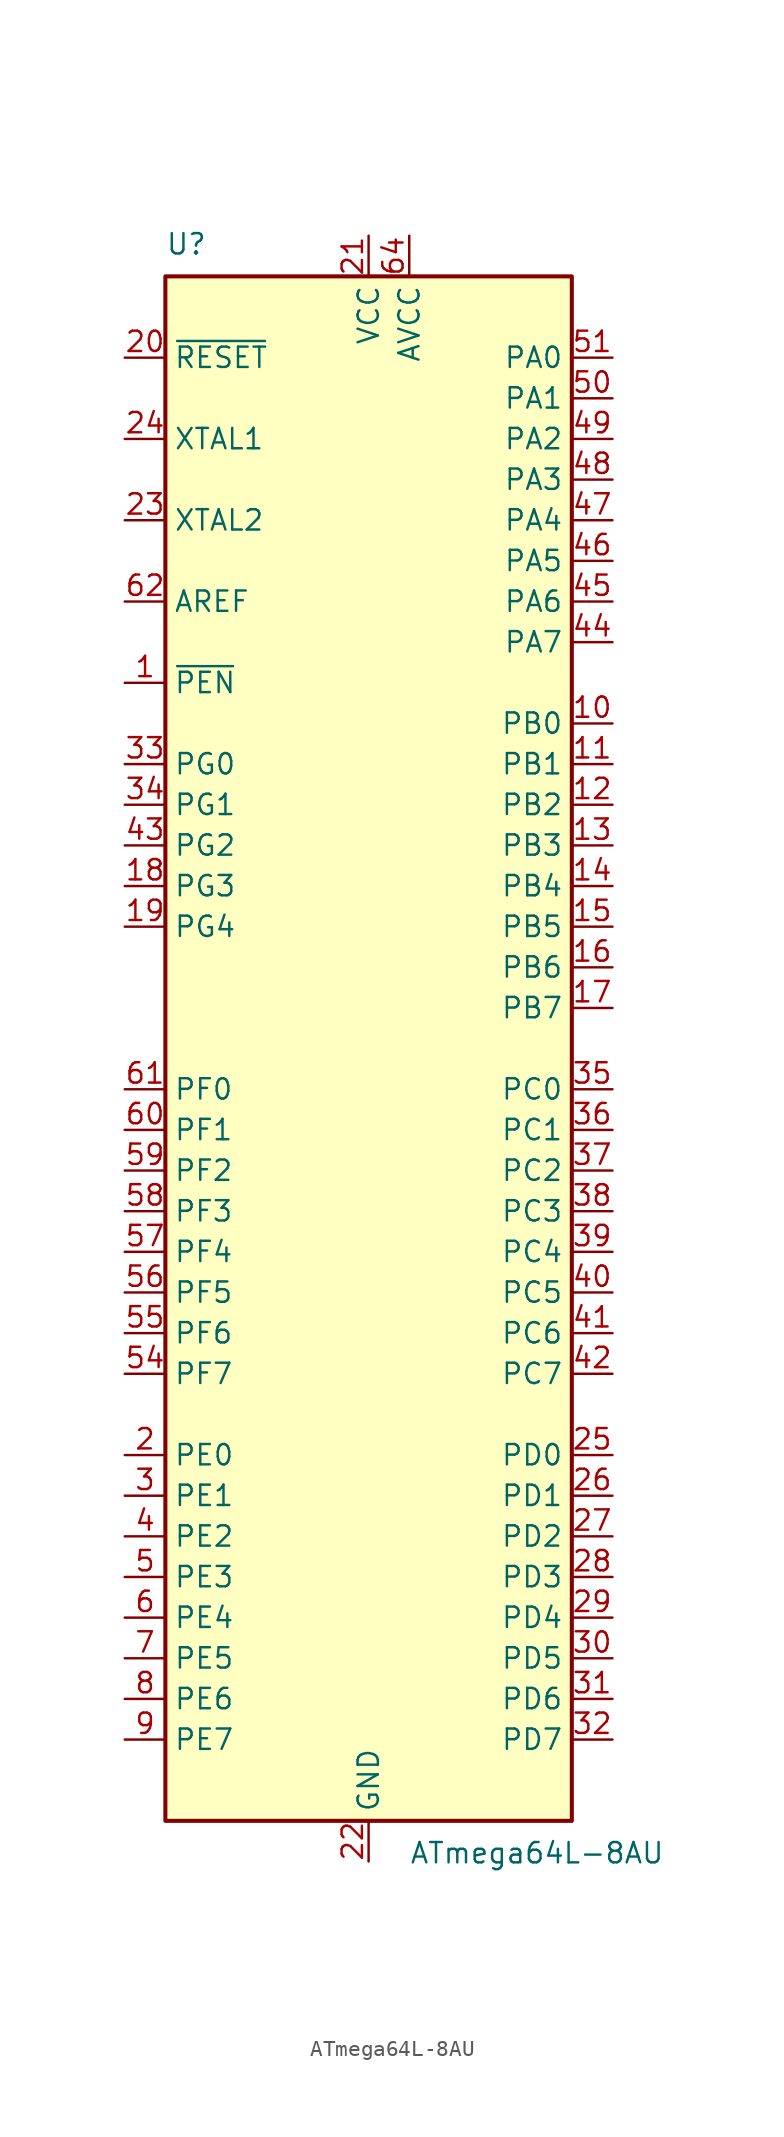
<source format=kicad_sym>
(kicad_symbol_lib
  (version 20211014)
  (generator kicad_symbol_editor)
  (symbol "ATmega64L-8AU"
    (property "Reference" "U"
      (at -12.7 49.53 0)
      (effects (font (size 1.27 1.27)) (justify left bottom)))
    (property "Value" "ATmega64L-8AU"
      (at 2.54 -49.53 0)
      (effects (font (size 1.27 1.27)) (justify left top)))
    (symbol "ATmega64L-8AU_0_1"
      (rectangle (start -12.7 -48.26) (end 12.7 48.26) (stroke (width 0.254) (type default) (color 0 0 0 0)) (fill (type background))))
    (symbol "ATmega64L-8AU_1_1"
      (pin input line (at -15.24 22.86 0) (length 2.54) (name "~{PEN}" (effects (font (size 1.27 1.27)))) (number "1" (effects (font (size 1.27 1.27)))))
      (pin bidirectional line (at 15.24 20.32 180) (length 2.54) (name "PB0" (effects (font (size 1.27 1.27)))) (number "10" (effects (font (size 1.27 1.27)))))
      (pin bidirectional line (at 15.24 17.78 180) (length 2.54) (name "PB1" (effects (font (size 1.27 1.27)))) (number "11" (effects (font (size 1.27 1.27)))))
      (pin bidirectional line (at 15.24 15.24 180) (length 2.54) (name "PB2" (effects (font (size 1.27 1.27)))) (number "12" (effects (font (size 1.27 1.27)))))
      (pin bidirectional line (at 15.24 12.7 180) (length 2.54) (name "PB3" (effects (font (size 1.27 1.27)))) (number "13" (effects (font (size 1.27 1.27)))))
      (pin bidirectional line (at 15.24 10.16 180) (length 2.54) (name "PB4" (effects (font (size 1.27 1.27)))) (number "14" (effects (font (size 1.27 1.27)))))
      (pin bidirectional line (at 15.24 7.62 180) (length 2.54) (name "PB5" (effects (font (size 1.27 1.27)))) (number "15" (effects (font (size 1.27 1.27)))))
      (pin bidirectional line (at 15.24 5.08 180) (length 2.54) (name "PB6" (effects (font (size 1.27 1.27)))) (number "16" (effects (font (size 1.27 1.27)))))
      (pin bidirectional line (at 15.24 2.54 180) (length 2.54) (name "PB7" (effects (font (size 1.27 1.27)))) (number "17" (effects (font (size 1.27 1.27)))))
      (pin bidirectional line (at -15.24 10.16 0) (length 2.54) (name "PG3" (effects (font (size 1.27 1.27)))) (number "18" (effects (font (size 1.27 1.27)))))
      (pin bidirectional line (at -15.24 7.62 0) (length 2.54) (name "PG4" (effects (font (size 1.27 1.27)))) (number "19" (effects (font (size 1.27 1.27)))))
      (pin bidirectional line (at -15.24 -25.4 0) (length 2.54) (name "PE0" (effects (font (size 1.27 1.27)))) (number "2" (effects (font (size 1.27 1.27)))))
      (pin input line (at -15.24 43.18 0) (length 2.54) (name "~{RESET}" (effects (font (size 1.27 1.27)))) (number "20" (effects (font (size 1.27 1.27)))))
      (pin power_in line (at 0 50.8 270) (length 2.54) (name "VCC" (effects (font (size 1.27 1.27)))) (number "21" (effects (font (size 1.27 1.27)))))
      (pin power_in line (at 0 -50.8 90) (length 2.54) (name "GND" (effects (font (size 1.27 1.27)))) (number "22" (effects (font (size 1.27 1.27)))))
      (pin output line (at -15.24 33.02 0) (length 2.54) (name "XTAL2" (effects (font (size 1.27 1.27)))) (number "23" (effects (font (size 1.27 1.27)))))
      (pin input line (at -15.24 38.1 0) (length 2.54) (name "XTAL1" (effects (font (size 1.27 1.27)))) (number "24" (effects (font (size 1.27 1.27)))))
      (pin bidirectional line (at 15.24 -25.4 180) (length 2.54) (name "PD0" (effects (font (size 1.27 1.27)))) (number "25" (effects (font (size 1.27 1.27)))))
      (pin bidirectional line (at 15.24 -27.94 180) (length 2.54) (name "PD1" (effects (font (size 1.27 1.27)))) (number "26" (effects (font (size 1.27 1.27)))))
      (pin bidirectional line (at 15.24 -30.48 180) (length 2.54) (name "PD2" (effects (font (size 1.27 1.27)))) (number "27" (effects (font (size 1.27 1.27)))))
      (pin bidirectional line (at 15.24 -33.02 180) (length 2.54) (name "PD3" (effects (font (size 1.27 1.27)))) (number "28" (effects (font (size 1.27 1.27)))))
      (pin bidirectional line (at 15.24 -35.56 180) (length 2.54) (name "PD4" (effects (font (size 1.27 1.27)))) (number "29" (effects (font (size 1.27 1.27)))))
      (pin bidirectional line (at -15.24 -27.94 0) (length 2.54) (name "PE1" (effects (font (size 1.27 1.27)))) (number "3" (effects (font (size 1.27 1.27)))))
      (pin bidirectional line (at 15.24 -38.1 180) (length 2.54) (name "PD5" (effects (font (size 1.27 1.27)))) (number "30" (effects (font (size 1.27 1.27)))))
      (pin bidirectional line (at 15.24 -40.64 180) (length 2.54) (name "PD6" (effects (font (size 1.27 1.27)))) (number "31" (effects (font (size 1.27 1.27)))))
      (pin bidirectional line (at 15.24 -43.18 180) (length 2.54) (name "PD7" (effects (font (size 1.27 1.27)))) (number "32" (effects (font (size 1.27 1.27)))))
      (pin bidirectional line (at -15.24 17.78 0) (length 2.54) (name "PG0" (effects (font (size 1.27 1.27)))) (number "33" (effects (font (size 1.27 1.27)))))
      (pin bidirectional line (at -15.24 15.24 0) (length 2.54) (name "PG1" (effects (font (size 1.27 1.27)))) (number "34" (effects (font (size 1.27 1.27)))))
      (pin bidirectional line (at 15.24 -2.54 180) (length 2.54) (name "PC0" (effects (font (size 1.27 1.27)))) (number "35" (effects (font (size 1.27 1.27)))))
      (pin bidirectional line (at 15.24 -5.08 180) (length 2.54) (name "PC1" (effects (font (size 1.27 1.27)))) (number "36" (effects (font (size 1.27 1.27)))))
      (pin bidirectional line (at 15.24 -7.62 180) (length 2.54) (name "PC2" (effects (font (size 1.27 1.27)))) (number "37" (effects (font (size 1.27 1.27)))))
      (pin bidirectional line (at 15.24 -10.16 180) (length 2.54) (name "PC3" (effects (font (size 1.27 1.27)))) (number "38" (effects (font (size 1.27 1.27)))))
      (pin bidirectional line (at 15.24 -12.7 180) (length 2.54) (name "PC4" (effects (font (size 1.27 1.27)))) (number "39" (effects (font (size 1.27 1.27)))))
      (pin bidirectional line (at -15.24 -30.48 0) (length 2.54) (name "PE2" (effects (font (size 1.27 1.27)))) (number "4" (effects (font (size 1.27 1.27)))))
      (pin bidirectional line (at 15.24 -15.24 180) (length 2.54) (name "PC5" (effects (font (size 1.27 1.27)))) (number "40" (effects (font (size 1.27 1.27)))))
      (pin bidirectional line (at 15.24 -17.78 180) (length 2.54) (name "PC6" (effects (font (size 1.27 1.27)))) (number "41" (effects (font (size 1.27 1.27)))))
      (pin bidirectional line (at 15.24 -20.32 180) (length 2.54) (name "PC7" (effects (font (size 1.27 1.27)))) (number "42" (effects (font (size 1.27 1.27)))))
      (pin bidirectional line (at -15.24 12.7 0) (length 2.54) (name "PG2" (effects (font (size 1.27 1.27)))) (number "43" (effects (font (size 1.27 1.27)))))
      (pin bidirectional line (at 15.24 25.4 180) (length 2.54) (name "PA7" (effects (font (size 1.27 1.27)))) (number "44" (effects (font (size 1.27 1.27)))))
      (pin bidirectional line (at 15.24 27.94 180) (length 2.54) (name "PA6" (effects (font (size 1.27 1.27)))) (number "45" (effects (font (size 1.27 1.27)))))
      (pin bidirectional line (at 15.24 30.48 180) (length 2.54) (name "PA5" (effects (font (size 1.27 1.27)))) (number "46" (effects (font (size 1.27 1.27)))))
      (pin bidirectional line (at 15.24 33.02 180) (length 2.54) (name "PA4" (effects (font (size 1.27 1.27)))) (number "47" (effects (font (size 1.27 1.27)))))
      (pin bidirectional line (at 15.24 35.56 180) (length 2.54) (name "PA3" (effects (font (size 1.27 1.27)))) (number "48" (effects (font (size 1.27 1.27)))))
      (pin bidirectional line (at 15.24 38.1 180) (length 2.54) (name "PA2" (effects (font (size 1.27 1.27)))) (number "49" (effects (font (size 1.27 1.27)))))
      (pin bidirectional line (at -15.24 -33.02 0) (length 2.54) (name "PE3" (effects (font (size 1.27 1.27)))) (number "5" (effects (font (size 1.27 1.27)))))
      (pin bidirectional line (at 15.24 40.64 180) (length 2.54) (name "PA1" (effects (font (size 1.27 1.27)))) (number "50" (effects (font (size 1.27 1.27)))))
      (pin bidirectional line (at 15.24 43.18 180) (length 2.54) (name "PA0" (effects (font (size 1.27 1.27)))) (number "51" (effects (font (size 1.27 1.27)))))
      (pin passive line (at 0 50.8 270) (length 2.54) hide (name "VCC" (effects (font (size 1.27 1.27)))) (number "52" (effects (font (size 1.27 1.27)))))
      (pin passive line (at 0 -50.8 90) (length 2.54) hide (name "GND" (effects (font (size 1.27 1.27)))) (number "53" (effects (font (size 1.27 1.27)))))
      (pin bidirectional line (at -15.24 -20.32 0) (length 2.54) (name "PF7" (effects (font (size 1.27 1.27)))) (number "54" (effects (font (size 1.27 1.27)))))
      (pin bidirectional line (at -15.24 -17.78 0) (length 2.54) (name "PF6" (effects (font (size 1.27 1.27)))) (number "55" (effects (font (size 1.27 1.27)))))
      (pin bidirectional line (at -15.24 -15.24 0) (length 2.54) (name "PF5" (effects (font (size 1.27 1.27)))) (number "56" (effects (font (size 1.27 1.27)))))
      (pin bidirectional line (at -15.24 -12.7 0) (length 2.54) (name "PF4" (effects (font (size 1.27 1.27)))) (number "57" (effects (font (size 1.27 1.27)))))
      (pin bidirectional line (at -15.24 -10.16 0) (length 2.54) (name "PF3" (effects (font (size 1.27 1.27)))) (number "58" (effects (font (size 1.27 1.27)))))
      (pin bidirectional line (at -15.24 -7.62 0) (length 2.54) (name "PF2" (effects (font (size 1.27 1.27)))) (number "59" (effects (font (size 1.27 1.27)))))
      (pin bidirectional line (at -15.24 -35.56 0) (length 2.54) (name "PE4" (effects (font (size 1.27 1.27)))) (number "6" (effects (font (size 1.27 1.27)))))
      (pin bidirectional line (at -15.24 -5.08 0) (length 2.54) (name "PF1" (effects (font (size 1.27 1.27)))) (number "60" (effects (font (size 1.27 1.27)))))
      (pin bidirectional line (at -15.24 -2.54 0) (length 2.54) (name "PF0" (effects (font (size 1.27 1.27)))) (number "61" (effects (font (size 1.27 1.27)))))
      (pin passive line (at -15.24 27.94 0) (length 2.54) (name "AREF" (effects (font (size 1.27 1.27)))) (number "62" (effects (font (size 1.27 1.27)))))
      (pin passive line (at 0 -50.8 90) (length 2.54) hide (name "GND" (effects (font (size 1.27 1.27)))) (number "63" (effects (font (size 1.27 1.27)))))
      (pin power_in line (at 2.54 50.8 270) (length 2.54) (name "AVCC" (effects (font (size 1.27 1.27)))) (number "64" (effects (font (size 1.27 1.27)))))
      (pin bidirectional line (at -15.24 -38.1 0) (length 2.54) (name "PE5" (effects (font (size 1.27 1.27)))) (number "7" (effects (font (size 1.27 1.27)))))
      (pin bidirectional line (at -15.24 -40.64 0) (length 2.54) (name "PE6" (effects (font (size 1.27 1.27)))) (number "8" (effects (font (size 1.27 1.27)))))
      (pin bidirectional line (at -15.24 -43.18 0) (length 2.54) (name "PE7" (effects (font (size 1.27 1.27)))) (number "9" (effects (font (size 1.27 1.27))))))))
</source>
